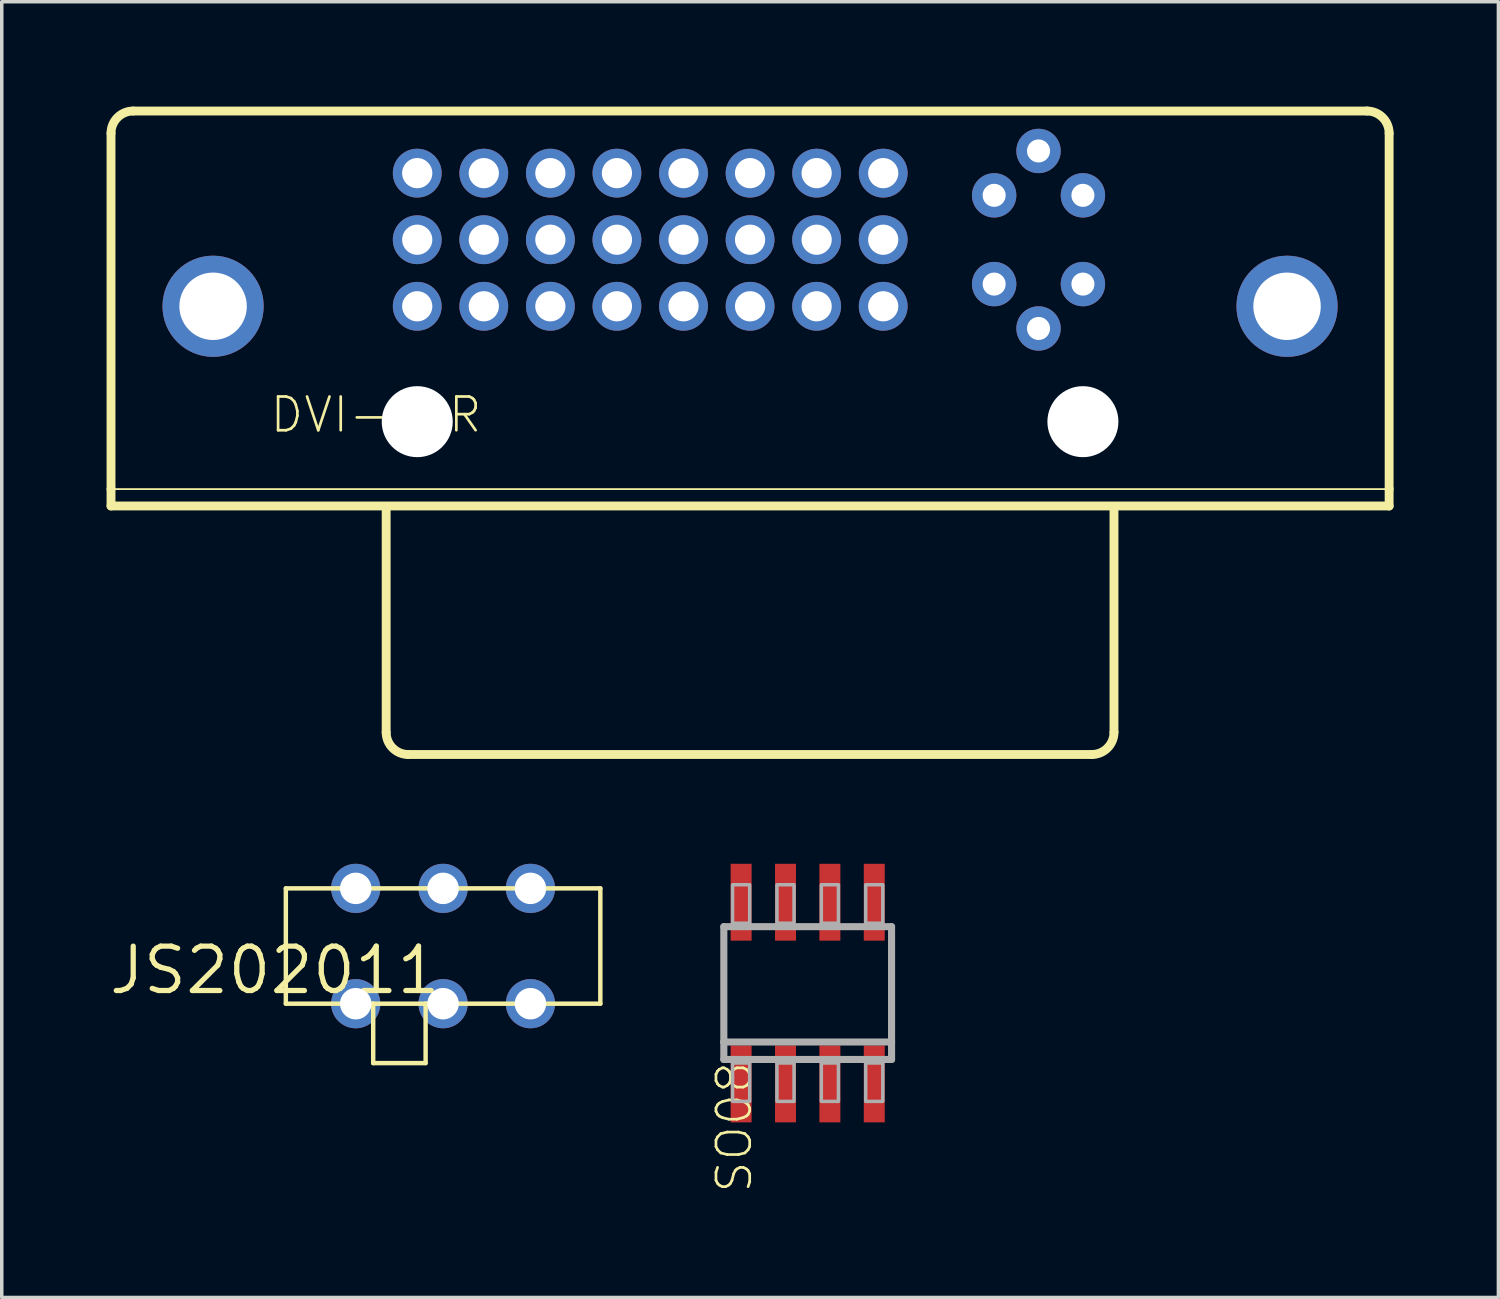
<source format=kicad_pcb>
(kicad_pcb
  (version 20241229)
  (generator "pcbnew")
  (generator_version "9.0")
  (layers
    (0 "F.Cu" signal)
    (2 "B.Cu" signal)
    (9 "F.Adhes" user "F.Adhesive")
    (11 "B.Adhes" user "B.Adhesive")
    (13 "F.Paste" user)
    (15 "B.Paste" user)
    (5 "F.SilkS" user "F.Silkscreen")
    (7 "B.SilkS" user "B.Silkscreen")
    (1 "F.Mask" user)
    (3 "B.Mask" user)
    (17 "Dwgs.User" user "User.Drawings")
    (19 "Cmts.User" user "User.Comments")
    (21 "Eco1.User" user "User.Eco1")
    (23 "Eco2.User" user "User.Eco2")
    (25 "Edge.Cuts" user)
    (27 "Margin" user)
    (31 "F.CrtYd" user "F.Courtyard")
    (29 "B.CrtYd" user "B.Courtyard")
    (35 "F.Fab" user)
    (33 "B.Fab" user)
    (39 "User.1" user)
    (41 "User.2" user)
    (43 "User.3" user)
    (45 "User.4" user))
  (footprint "JS202011"
    (layer "F.Cu")
    (at 9.63 23.973)
    (property "Reference" "JS202011" (at 0 0 0) (layer "F.SilkS") (effects (font (size 1.27 1.27) (thickness 0.15)) (justify right top)))
    (attr through_hole)
    (fp_line (start -4.5 -1.6) (end 4.5 -1.6) (stroke (width 0.127) (type solid)) (layer "F.SilkS"))
    (fp_line (start -4.5 1.7) (end -4.5 -1.6) (stroke (width 0.127) (type solid)) (layer "F.SilkS"))
    (fp_line (start -2 1.7) (end -4.5 1.7) (stroke (width 0.127) (type solid)) (layer "F.SilkS"))
    (fp_line (start -2 1.7) (end -2 3.4) (stroke (width 0.127) (type solid)) (layer "F.SilkS"))
    (fp_line (start -2 3.4) (end -0.5 3.4) (stroke (width 0.127) (type solid)) (layer "F.SilkS"))
    (fp_line (start -0.5 1.7) (end -2 1.7) (stroke (width 0.127) (type solid)) (layer "F.SilkS"))
    (fp_line (start -0.5 3.4) (end -0.5 1.7) (stroke (width 0.127) (type solid)) (layer "F.SilkS"))
    (fp_line (start 4.5 -1.6) (end 4.5 1.7) (stroke (width 0.127) (type solid)) (layer "F.SilkS"))
    (fp_line (start 4.5 1.7) (end -0.5 1.7) (stroke (width 0.127) (type solid)) (layer "F.SilkS"))
    (pad "1" thru_hole circle (at -2.5 1.7) (size 1.408 1.408) (drill 0.9) (layers "*.Cu" "*.Mask"))
    (pad "2" thru_hole circle (at 0 1.7) (size 1.408 1.408) (drill 0.9) (layers "*.Cu" "*.Mask"))
    (pad "3" thru_hole circle (at 2.5 1.7) (size 1.408 1.408) (drill 0.9) (layers "*.Cu" "*.Mask"))
    (pad "4" thru_hole circle (at -2.5 -1.6) (size 1.408 1.408) (drill 0.9) (layers "*.Cu" "*.Mask"))
    (pad "5" thru_hole circle (at 0 -1.6) (size 1.408 1.408) (drill 0.9) (layers "*.Cu" "*.Mask"))
    (pad "6" thru_hole circle (at 2.5 -1.6) (size 1.408 1.408) (drill 0.9) (layers "*.Cu" "*.Mask")))
  (footprint "SO08"
    (layer "F.Cu")
    (at 20.064 25.369)
    (property "Reference" "SO08" (at -2.667 1.905 90) (layer "F.SilkS") (effects (font (size 0.965 0.965) (thickness 0.077)) (justify right top)))
    (attr through_hole)
    (fp_line (start -2.4 -1.9) (end 2.4 -1.9) (stroke (width 0.203) (type solid)) (layer "F.Fab"))
    (fp_line (start -2.4 1.4) (end -2.4 -1.9) (stroke (width 0.203) (type solid)) (layer "F.Fab"))
    (fp_line (start -2.4 1.9) (end -2.4 1.4) (stroke (width 0.203) (type solid)) (layer "F.Fab"))
    (fp_line (start 2.4 -1.9) (end 2.4 1.4) (stroke (width 0.203) (type solid)) (layer "F.Fab"))
    (fp_line (start 2.4 1.4) (end -2.4 1.4) (stroke (width 0.203) (type solid)) (layer "F.Fab"))
    (fp_line (start 2.4 1.4) (end 2.4 1.9) (stroke (width 0.203) (type solid)) (layer "F.Fab"))
    (fp_line (start 2.4 1.9) (end -2.4 1.9) (stroke (width 0.203) (type solid)) (layer "F.Fab"))
    (fp_poly (pts (xy -2.15 -2) (xy -1.66 -2) (xy -1.66 -3.1) (xy -2.15 -3.1)) (stroke (width 0.1) (type solid)) (fill no) (layer "F.Fab"))
    (fp_poly (pts (xy -2.15 3.1) (xy -1.66 3.1) (xy -1.66 2) (xy -2.15 2)) (stroke (width 0.1) (type solid)) (fill no) (layer "F.Fab"))
    (fp_poly (pts (xy -0.88 -2) (xy -0.39 -2) (xy -0.39 -3.1) (xy -0.88 -3.1)) (stroke (width 0.1) (type solid)) (fill no) (layer "F.Fab"))
    (fp_poly (pts (xy -0.88 3.1) (xy -0.39 3.1) (xy -0.39 2) (xy -0.88 2)) (stroke (width 0.1) (type solid)) (fill no) (layer "F.Fab"))
    (fp_poly (pts (xy 0.39 -2) (xy 0.88 -2) (xy 0.88 -3.1) (xy 0.39 -3.1)) (stroke (width 0.1) (type solid)) (fill no) (layer "F.Fab"))
    (fp_poly (pts (xy 0.39 3.1) (xy 0.88 3.1) (xy 0.88 2) (xy 0.39 2)) (stroke (width 0.1) (type solid)) (fill no) (layer "F.Fab"))
    (fp_poly (pts (xy 1.66 -2) (xy 2.15 -2) (xy 2.15 -3.1) (xy 1.66 -3.1)) (stroke (width 0.1) (type solid)) (fill no) (layer "F.Fab"))
    (fp_poly (pts (xy 1.66 3.1) (xy 2.15 3.1) (xy 2.15 2) (xy 1.66 2)) (stroke (width 0.1) (type solid)) (fill no) (layer "F.Fab"))
    (pad "1" smd rect (at -1.905 2.6) (size 0.6 2.2) (layers "F.Cu" "F.Mask" "F.Paste"))
    (pad "2" smd rect (at -0.635 2.6) (size 0.6 2.2) (layers "F.Cu" "F.Mask" "F.Paste"))
    (pad "3" smd rect (at 0.635 2.6) (size 0.6 2.2) (layers "F.Cu" "F.Mask" "F.Paste"))
    (pad "4" smd rect (at 1.905 2.6) (size 0.6 2.2) (layers "F.Cu" "F.Mask" "F.Paste"))
    (pad "5" smd rect (at 1.905 -2.6) (size 0.6 2.2) (layers "F.Cu" "F.Mask" "F.Paste"))
    (pad "6" smd rect (at 0.635 -2.6) (size 0.6 2.2) (layers "F.Cu" "F.Mask" "F.Paste"))
    (pad "7" smd rect (at -0.635 -2.6) (size 0.6 2.2) (layers "F.Cu" "F.Mask" "F.Paste"))
    (pad "8" smd rect (at -1.905 -2.6) (size 0.6 2.2) (layers "F.Cu" "F.Mask" "F.Paste")))
  (footprint "DVI-I-R"
    (layer "F.Cu")
    (at 18.415 8.89)
    (property "Reference" "DVI-I-R" (at -7.62 -0.635 180) (layer "F.SilkS") (effects (font (size 0.965 0.965) (thickness 0.077)) (justify right top)))
    (attr through_hole)
    (fp_line (start -18.288 -8.128) (end -18.288 2.057) (stroke (width 0.254) (type solid)) (layer "F.SilkS"))
    (fp_line (start -18.288 2.057) (end -18.288 2.54) (stroke (width 0.254) (type solid)) (layer "F.SilkS"))
    (fp_line (start -18.288 2.057) (end 18.288 2.057) (stroke (width 0.051) (type solid)) (layer "F.SilkS"))
    (fp_line (start -18.288 2.54) (end 18.288 2.54) (stroke (width 0.254) (type solid)) (layer "F.SilkS"))
    (fp_line (start -10.414 2.667) (end -10.414 9.017) (stroke (width 0.254) (type solid)) (layer "F.SilkS"))
    (fp_line (start -9.779 9.652) (end 9.779 9.652) (stroke (width 0.254) (type solid)) (layer "F.SilkS"))
    (fp_line (start 10.414 9.017) (end 10.414 2.667) (stroke (width 0.254) (type solid)) (layer "F.SilkS"))
    (fp_line (start 17.653 -8.763) (end -17.653 -8.763) (stroke (width 0.254) (type solid)) (layer "F.SilkS"))
    (fp_line (start 18.288 2.057) (end 18.288 -8.128) (stroke (width 0.254) (type solid)) (layer "F.SilkS"))
    (fp_line (start 18.288 2.54) (end 18.288 2.057) (stroke (width 0.254) (type solid)) (layer "F.SilkS"))
    (fp_arc (start -18.288 -8.128) (mid -18.102013 -8.577013) (end -17.653 -8.763) (stroke (width 0.254) (type solid)) (layer "F.SilkS"))
    (fp_arc (start -9.779 9.652) (mid -10.228013 9.466013) (end -10.414 9.017) (stroke (width 0.254) (type solid)) (layer "F.SilkS"))
    (fp_arc (start 10.414 9.017) (mid 10.228013 9.466013) (end 9.779 9.652) (stroke (width 0.254) (type solid)) (layer "F.SilkS"))
    (fp_arc (start 17.653 -8.763) (mid 18.102013 -8.577013) (end 18.288 -8.128) (stroke (width 0.254) (type solid)) (layer "F.SilkS"))
    (pad "" np_thru_hole circle (at -9.525 0.127) (size 2.032 2.032) (drill 2.032) (layers "*.Cu" "*.Mask"))
    (pad "" np_thru_hole circle (at 9.525 0.127) (size 2.032 2.032) (drill 2.032) (layers "*.Cu" "*.Mask"))
    (pad "1" thru_hole circle (at -9.525 -6.985) (size 1.397 1.397) (drill 0.864) (layers "*.Cu" "*.Mask"))
    (pad "2" thru_hole circle (at -7.62 -6.985) (size 1.397 1.397) (drill 0.864) (layers "*.Cu" "*.Mask"))
    (pad "3" thru_hole circle (at -5.715 -6.985) (size 1.397 1.397) (drill 0.864) (layers "*.Cu" "*.Mask"))
    (pad "4" thru_hole circle (at -3.81 -6.985) (size 1.397 1.397) (drill 0.864) (layers "*.Cu" "*.Mask"))
    (pad "5" thru_hole circle (at -1.905 -6.985) (size 1.397 1.397) (drill 0.864) (layers "*.Cu" "*.Mask"))
    (pad "6" thru_hole circle (at 0 -6.985) (size 1.397 1.397) (drill 0.864) (layers "*.Cu" "*.Mask"))
    (pad "7" thru_hole circle (at 1.905 -6.985) (size 1.397 1.397) (drill 0.864) (layers "*.Cu" "*.Mask"))
    (pad "8" thru_hole circle (at 3.81 -6.985) (size 1.397 1.397) (drill 0.864) (layers "*.Cu" "*.Mask"))
    (pad "9" thru_hole circle (at -9.525 -5.08) (size 1.397 1.397) (drill 0.864) (layers "*.Cu" "*.Mask"))
    (pad "10" thru_hole circle (at -7.62 -5.08) (size 1.397 1.397) (drill 0.864) (layers "*.Cu" "*.Mask"))
    (pad "11" thru_hole circle (at -5.715 -5.08) (size 1.397 1.397) (drill 0.864) (layers "*.Cu" "*.Mask"))
    (pad "12" thru_hole circle (at -3.81 -5.08) (size 1.397 1.397) (drill 0.864) (layers "*.Cu" "*.Mask"))
    (pad "13" thru_hole circle (at -1.905 -5.08) (size 1.397 1.397) (drill 0.864) (layers "*.Cu" "*.Mask"))
    (pad "14" thru_hole circle (at 0 -5.08) (size 1.397 1.397) (drill 0.864) (layers "*.Cu" "*.Mask"))
    (pad "15" thru_hole circle (at 1.905 -5.08) (size 1.397 1.397) (drill 0.864) (layers "*.Cu" "*.Mask"))
    (pad "16" thru_hole circle (at 3.81 -5.08) (size 1.397 1.397) (drill 0.864) (layers "*.Cu" "*.Mask"))
    (pad "17" thru_hole circle (at -9.525 -3.175) (size 1.397 1.397) (drill 0.864) (layers "*.Cu" "*.Mask"))
    (pad "18" thru_hole circle (at -7.62 -3.175) (size 1.397 1.397) (drill 0.864) (layers "*.Cu" "*.Mask"))
    (pad "19" thru_hole circle (at -5.715 -3.175) (size 1.397 1.397) (drill 0.864) (layers "*.Cu" "*.Mask"))
    (pad "20" thru_hole circle (at -3.81 -3.175) (size 1.397 1.397) (drill 0.864) (layers "*.Cu" "*.Mask"))
    (pad "21" thru_hole circle (at -1.905 -3.175) (size 1.397 1.397) (drill 0.864) (layers "*.Cu" "*.Mask"))
    (pad "22" thru_hole circle (at 0 -3.175) (size 1.397 1.397) (drill 0.864) (layers "*.Cu" "*.Mask"))
    (pad "23" thru_hole circle (at 1.905 -3.175) (size 1.397 1.397) (drill 0.864) (layers "*.Cu" "*.Mask"))
    (pad "24" thru_hole circle (at 3.81 -3.175) (size 1.397 1.397) (drill 0.864) (layers "*.Cu" "*.Mask"))
    (pad "C1" thru_hole circle (at 6.985 -6.35) (size 1.27 1.27) (drill 0.66) (layers "*.Cu" "*.Mask"))
    (pad "C2" thru_hole circle (at 9.525 -6.35) (size 1.27 1.27) (drill 0.66) (layers "*.Cu" "*.Mask"))
    (pad "C3" thru_hole circle (at 6.985 -3.81) (size 1.27 1.27) (drill 0.66) (layers "*.Cu" "*.Mask"))
    (pad "C4" thru_hole circle (at 9.525 -3.81) (size 1.27 1.27) (drill 0.66) (layers "*.Cu" "*.Mask"))
    (pad "C5" thru_hole circle (at 8.255 -2.54) (size 1.27 1.27) (drill 0.66) (layers "*.Cu" "*.Mask"))
    (pad "C6" thru_hole circle (at 8.255 -7.62) (size 1.27 1.27) (drill 0.66) (layers "*.Cu" "*.Mask"))
    (pad "GND@1" thru_hole circle (at -15.367 -3.175) (size 2.896 2.896) (drill 1.93) (layers "*.Cu" "*.Mask"))
    (pad "GND@2" thru_hole circle (at 15.367 -3.175) (size 2.896 2.896) (drill 1.93) (layers "*.Cu" "*.Mask")))
  (gr_rect
    (start -3 -3)
    (end 39.83 34.081)
    (stroke (width 0.1) (type default))
    (fill no)
    (layer "Edge.Cuts")))
</source>
